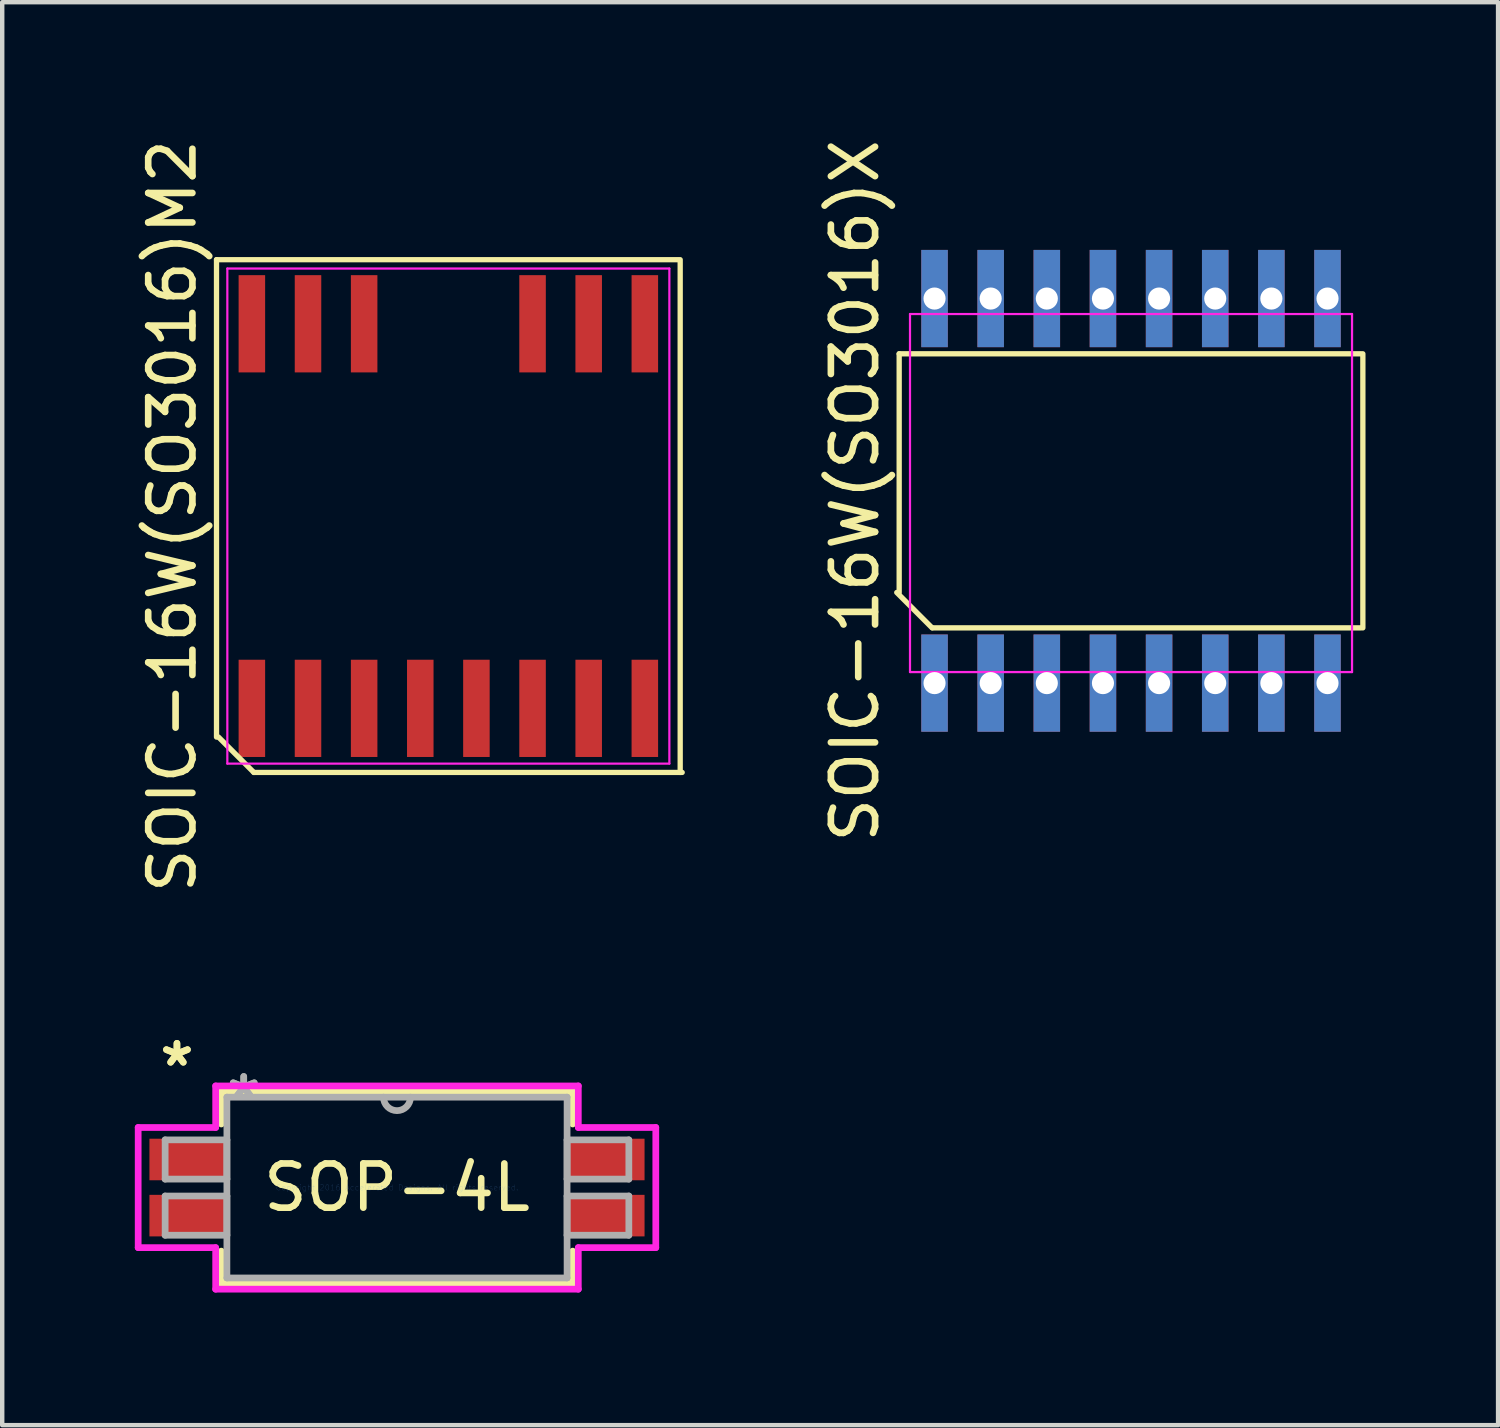
<source format=kicad_pcb>
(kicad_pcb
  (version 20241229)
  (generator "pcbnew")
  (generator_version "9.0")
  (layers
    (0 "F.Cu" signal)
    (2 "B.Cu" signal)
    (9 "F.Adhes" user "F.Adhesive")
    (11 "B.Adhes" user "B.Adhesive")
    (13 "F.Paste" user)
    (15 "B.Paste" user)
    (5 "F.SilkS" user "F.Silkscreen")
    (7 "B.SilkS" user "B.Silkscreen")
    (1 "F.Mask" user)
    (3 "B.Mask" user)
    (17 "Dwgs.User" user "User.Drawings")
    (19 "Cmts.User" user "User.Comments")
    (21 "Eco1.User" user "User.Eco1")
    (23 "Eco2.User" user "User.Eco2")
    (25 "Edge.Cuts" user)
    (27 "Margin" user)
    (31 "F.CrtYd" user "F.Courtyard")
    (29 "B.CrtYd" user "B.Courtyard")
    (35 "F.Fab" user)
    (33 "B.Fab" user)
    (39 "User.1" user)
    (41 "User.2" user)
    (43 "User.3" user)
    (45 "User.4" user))
  (footprint "SOIC-16W(SO3016)X"
    (layer "F.Cu")
    (at 22.537 8.054)
    (property "Reference" "SOIC-16W(SO3016)X" (at -6.245 0 90) (layer "F.SilkS") (effects (font (size 1 1) (thickness 0.15))))
    (attr smd)
    (fp_line (start -5.245 -3.1) (end 5.2 -3.1) (stroke (width 0.12) (type solid)) (layer "F.SilkS"))
    (fp_line (start -5.245 2.3) (end -5.245 -3.1) (stroke (width 0.12) (type solid)) (layer "F.SilkS"))
    (fp_line (start -4.5 3.1) (end -5.3 2.3) (stroke (width 0.12) (type solid)) (layer "F.SilkS"))
    (fp_line (start 5.2 3.1) (end -4.49 3.1) (stroke (width 0.12) (type solid)) (layer "F.SilkS"))
    (fp_line (start 5.245 -3.1) (end 5.245 3.1) (stroke (width 0.12) (type solid)) (layer "F.SilkS"))
    (fp_line (start -5 -4) (end 5 -4) (stroke (width 0.05) (type solid)) (layer "F.CrtYd"))
    (fp_line (start -5 4.1) (end -5 -4) (stroke (width 0.05) (type solid)) (layer "F.CrtYd"))
    (fp_line (start 5 -4) (end 5 4.1) (stroke (width 0.05) (type solid)) (layer "F.CrtYd"))
    (fp_line (start 5 4.1) (end -5 4.1) (stroke (width 0.05) (type solid)) (layer "F.CrtYd"))
    (pad "1" thru_hole rect (at -4.445 4.35) (size 0.6 2.2) (drill 0.5) (layers "*.Cu" "*.Mask"))
    (pad "2" thru_hole rect (at -3.175 4.35) (size 0.6 2.2) (drill 0.5) (layers "*.Cu" "*.Mask"))
    (pad "3" thru_hole rect (at -1.905 4.35) (size 0.6 2.2) (drill 0.5) (layers "*.Cu" "*.Mask"))
    (pad "4" thru_hole rect (at -0.635 4.35) (size 0.6 2.2) (drill 0.5) (layers "*.Cu" "*.Mask"))
    (pad "5" thru_hole rect (at 0.635 4.35) (size 0.6 2.2) (drill 0.5) (layers "*.Cu" "*.Mask"))
    (pad "6" thru_hole rect (at 1.905 4.35) (size 0.6 2.2) (drill 0.5) (layers "*.Cu" "*.Mask"))
    (pad "7" thru_hole rect (at 3.175 4.35) (size 0.6 2.2) (drill 0.5) (layers "*.Cu" "*.Mask"))
    (pad "8" thru_hole rect (at 4.445 4.35) (size 0.6 2.2) (drill 0.5) (layers "*.Cu" "*.Mask"))
    (pad "9" thru_hole rect (at 4.445 -4.35) (size 0.6 2.2) (drill 0.5) (layers "*.Cu" "*.Mask"))
    (pad "10" thru_hole rect (at 3.175 -4.35) (size 0.6 2.2) (drill 0.5) (layers "*.Cu" "*.Mask"))
    (pad "11" thru_hole rect (at 1.905 -4.35) (size 0.6 2.2) (drill 0.5) (layers "*.Cu" "*.Mask"))
    (pad "12" thru_hole rect (at 0.635 -4.35) (size 0.6 2.2) (drill 0.5) (layers "*.Cu" "*.Mask"))
    (pad "13" thru_hole rect (at -0.635 -4.35) (size 0.6 2.2) (drill 0.5) (layers "*.Cu" "*.Mask"))
    (pad "14" thru_hole rect (at -1.905 -4.35) (size 0.6 2.2) (drill 0.5) (layers "*.Cu" "*.Mask"))
    (pad "15" thru_hole rect (at -3.175 -4.35) (size 0.6 2.2) (drill 0.5) (layers "*.Cu" "*.Mask"))
    (pad "16" thru_hole rect (at -4.445 -4.35) (size 0.6 2.2) (drill 0.5) (layers "*.Cu" "*.Mask")))
  (footprint "SOIC-16W(SO3016)M2"
    (layer "F.Cu")
    (at 7.093 8.625)
    (property "Reference" "SOIC-16W(SO3016)M2" (at -6.245 0 90) (layer "F.SilkS") (effects (font (size 1 1) (thickness 0.15))))
    (attr smd)
    (fp_line (start -5.245 -5.8) (end 5.2 -5.8) (stroke (width 0.12) (type solid)) (layer "F.SilkS"))
    (fp_line (start -5.245 5) (end -5.245 -5.8) (stroke (width 0.12) (type solid)) (layer "F.SilkS"))
    (fp_line (start -4.4 5.8) (end -5.2 5) (stroke (width 0.12) (type solid)) (layer "F.SilkS"))
    (fp_line (start 5.245 -5.8) (end 5.245 5.8) (stroke (width 0.12) (type solid)) (layer "F.SilkS"))
    (fp_line (start 5.29 5.8) (end -4.4 5.8) (stroke (width 0.12) (type solid)) (layer "F.SilkS"))
    (fp_line (start -5 -5.6) (end 5 -5.6) (stroke (width 0.05) (type solid)) (layer "F.CrtYd"))
    (fp_line (start -5 5.6) (end -5 -5.6) (stroke (width 0.05) (type solid)) (layer "F.CrtYd"))
    (fp_line (start 5 -5.6) (end 5 5.6) (stroke (width 0.05) (type solid)) (layer "F.CrtYd"))
    (fp_line (start 5 5.6) (end -5 5.6) (stroke (width 0.05) (type solid)) (layer "F.CrtYd"))
    (pad "1" smd rect (at -4.445 4.35) (size 0.6 2.2) (layers "F.Cu" "F.Mask" "F.Paste"))
    (pad "2" smd rect (at -3.175 4.35) (size 0.6 2.2) (layers "F.Cu" "F.Mask" "F.Paste"))
    (pad "3" smd rect (at -1.905 4.35) (size 0.6 2.2) (layers "F.Cu" "F.Mask" "F.Paste"))
    (pad "4" smd rect (at -0.635 4.35) (size 0.6 2.2) (layers "F.Cu" "F.Mask" "F.Paste"))
    (pad "5" smd rect (at 0.635 4.35) (size 0.6 2.2) (layers "F.Cu" "F.Mask" "F.Paste"))
    (pad "6" smd rect (at 1.905 4.35) (size 0.6 2.2) (layers "F.Cu" "F.Mask" "F.Paste"))
    (pad "7" smd rect (at 3.175 4.35) (size 0.6 2.2) (layers "F.Cu" "F.Mask" "F.Paste"))
    (pad "8" smd rect (at 4.445 4.35) (size 0.6 2.2) (layers "F.Cu" "F.Mask" "F.Paste"))
    (pad "9" smd rect (at 4.445 -4.35) (size 0.6 2.2) (layers "F.Cu" "F.Mask" "F.Paste"))
    (pad "10" smd rect (at 3.175 -4.35) (size 0.6 2.2) (layers "F.Cu" "F.Mask" "F.Paste"))
    (pad "11" smd rect (at 1.905 -4.35) (size 0.6 2.2) (layers "F.Cu" "F.Mask" "F.Paste"))
    (pad "14" smd rect (at -1.905 -4.35) (size 0.6 2.2) (layers "F.Cu" "F.Mask" "F.Paste"))
    (pad "15" smd rect (at -3.175 -4.35) (size 0.6 2.2) (layers "F.Cu" "F.Mask" "F.Paste"))
    (pad "16" smd rect (at -4.445 -4.35) (size 0.6 2.2) (layers "F.Cu" "F.Mask" "F.Paste")))
  (footprint "SOP-4L"
    (layer "F.Cu")
    (at 5.931 23.816)
    (property "Reference" "SOP-4L" (at 0 0 0) (layer "F.SilkS") (effects (font (size 1 1) (thickness 0.15))))
    (attr through_hole)
    (fp_line (start -3.975 -2.172) (end -3.975 -1.438) (stroke (width 0.152) (type solid)) (layer "F.SilkS"))
    (fp_line (start -3.975 1.438) (end -3.975 2.172) (stroke (width 0.152) (type solid)) (layer "F.SilkS"))
    (fp_line (start -3.975 2.172) (end 3.975 2.172) (stroke (width 0.152) (type solid)) (layer "F.SilkS"))
    (fp_line (start 3.975 -2.172) (end -3.975 -2.172) (stroke (width 0.152) (type solid)) (layer "F.SilkS"))
    (fp_line (start 3.975 -1.438) (end 3.975 -2.172) (stroke (width 0.152) (type solid)) (layer "F.SilkS"))
    (fp_line (start 3.975 2.172) (end 3.975 1.438) (stroke (width 0.152) (type solid)) (layer "F.SilkS"))
    (fp_line (start -5.855 -1.359) (end -4.102 -1.359) (stroke (width 0.152) (type solid)) (layer "F.CrtYd"))
    (fp_line (start -5.855 1.359) (end -5.855 -1.359) (stroke (width 0.152) (type solid)) (layer "F.CrtYd"))
    (fp_line (start -4.102 -2.299) (end 4.102 -2.299) (stroke (width 0.152) (type solid)) (layer "F.CrtYd"))
    (fp_line (start -4.102 -1.359) (end -4.102 -2.299) (stroke (width 0.152) (type solid)) (layer "F.CrtYd"))
    (fp_line (start -4.102 1.359) (end -5.855 1.359) (stroke (width 0.152) (type solid)) (layer "F.CrtYd"))
    (fp_line (start -4.102 2.299) (end -4.102 1.359) (stroke (width 0.152) (type solid)) (layer "F.CrtYd"))
    (fp_line (start 4.102 -2.299) (end 4.102 -1.359) (stroke (width 0.152) (type solid)) (layer "F.CrtYd"))
    (fp_line (start 4.102 -1.359) (end 5.855 -1.359) (stroke (width 0.152) (type solid)) (layer "F.CrtYd"))
    (fp_line (start 4.102 1.359) (end 4.102 2.299) (stroke (width 0.152) (type solid)) (layer "F.CrtYd"))
    (fp_line (start 4.102 2.299) (end -4.102 2.299) (stroke (width 0.152) (type solid)) (layer "F.CrtYd"))
    (fp_line (start 5.855 -1.359) (end 5.855 1.359) (stroke (width 0.152) (type solid)) (layer "F.CrtYd"))
    (fp_line (start 5.855 1.359) (end 4.102 1.359) (stroke (width 0.152) (type solid)) (layer "F.CrtYd"))
    (fp_line (start -5.245 -1.079) (end -5.245 -0.191) (stroke (width 0.152) (type solid)) (layer "F.Fab"))
    (fp_line (start -5.245 -0.191) (end -3.848 -0.191) (stroke (width 0.152) (type solid)) (layer "F.Fab"))
    (fp_line (start -5.245 0.191) (end -5.245 1.079) (stroke (width 0.152) (type solid)) (layer "F.Fab"))
    (fp_line (start -5.245 1.079) (end -3.848 1.079) (stroke (width 0.152) (type solid)) (layer "F.Fab"))
    (fp_line (start -3.848 -2.045) (end -3.848 2.045) (stroke (width 0.152) (type solid)) (layer "F.Fab"))
    (fp_line (start -3.848 -1.079) (end -5.245 -1.079) (stroke (width 0.152) (type solid)) (layer "F.Fab"))
    (fp_line (start -3.848 -0.191) (end -3.848 -1.079) (stroke (width 0.152) (type solid)) (layer "F.Fab"))
    (fp_line (start -3.848 0.191) (end -5.245 0.191) (stroke (width 0.152) (type solid)) (layer "F.Fab"))
    (fp_line (start -3.848 1.079) (end -3.848 0.191) (stroke (width 0.152) (type solid)) (layer "F.Fab"))
    (fp_line (start -3.848 2.045) (end 3.848 2.045) (stroke (width 0.152) (type solid)) (layer "F.Fab"))
    (fp_line (start 3.848 -2.045) (end -3.848 -2.045) (stroke (width 0.152) (type solid)) (layer "F.Fab"))
    (fp_line (start 3.848 -1.079) (end 3.848 -0.191) (stroke (width 0.152) (type solid)) (layer "F.Fab"))
    (fp_line (start 3.848 -0.191) (end 5.245 -0.191) (stroke (width 0.152) (type solid)) (layer "F.Fab"))
    (fp_line (start 3.848 0.191) (end 3.848 1.079) (stroke (width 0.152) (type solid)) (layer "F.Fab"))
    (fp_line (start 3.848 1.079) (end 5.245 1.079) (stroke (width 0.152) (type solid)) (layer "F.Fab"))
    (fp_line (start 3.848 2.045) (end 3.848 -2.045) (stroke (width 0.152) (type solid)) (layer "F.Fab"))
    (fp_line (start 5.245 -1.079) (end 3.848 -1.079) (stroke (width 0.152) (type solid)) (layer "F.Fab"))
    (fp_line (start 5.245 -0.191) (end 5.245 -1.079) (stroke (width 0.152) (type solid)) (layer "F.Fab"))
    (fp_line (start 5.245 0.191) (end 3.848 0.191) (stroke (width 0.152) (type solid)) (layer "F.Fab"))
    (fp_line (start 5.245 1.079) (end 5.245 0.191) (stroke (width 0.152) (type solid)) (layer "F.Fab"))
    (fp_arc (start 0.3048 -2.0447) (mid 0 -1.7399) (end -0.3048 -2.0447) (stroke (width 0.1524) (type solid)) (layer "F.Fab"))
    (fp_text user "*" (at -4.978 -2.718 0) (layer "F.SilkS") (effects (font (size 1 1) (thickness 0.15))))
    (fp_text user "*" (at -4.978 -2.718 0) (layer "F.SilkS") (effects (font (size 1 1) (thickness 0.15))))
    (fp_text user "Copyright 2016 Accelerated Designs. All rights reserved." (at 0 0 0) (layer "Cmts.User") (effects (font (size 0.127 0.127) (thickness 0.002))))
    (fp_text user "*" (at -3.467 -1.968 0) (layer "F.Fab") (effects (font (size 1 1) (thickness 0.15))))
    (fp_text user "*" (at -3.467 -1.968 0) (layer "F.Fab") (effects (font (size 1 1) (thickness 0.15))))
    (pad "1" smd rect (at -4.724 -0.635) (size 1.753 0.94) (layers "F.Cu" "F.Mask" "F.Paste"))
    (pad "2" smd rect (at -4.724 0.635) (size 1.753 0.94) (layers "F.Cu" "F.Mask" "F.Paste"))
    (pad "3" smd rect (at 4.724 0.635) (size 1.753 0.94) (layers "F.Cu" "F.Mask" "F.Paste"))
    (pad "4" smd rect (at 4.724 -0.635) (size 1.753 0.94) (layers "F.Cu" "F.Mask" "F.Paste")))
  (gr_rect
    (start -3 -3)
    (end 30.841 29.191)
    (stroke (width 0.1) (type default))
    (fill no)
    (layer "Edge.Cuts")))
</source>
